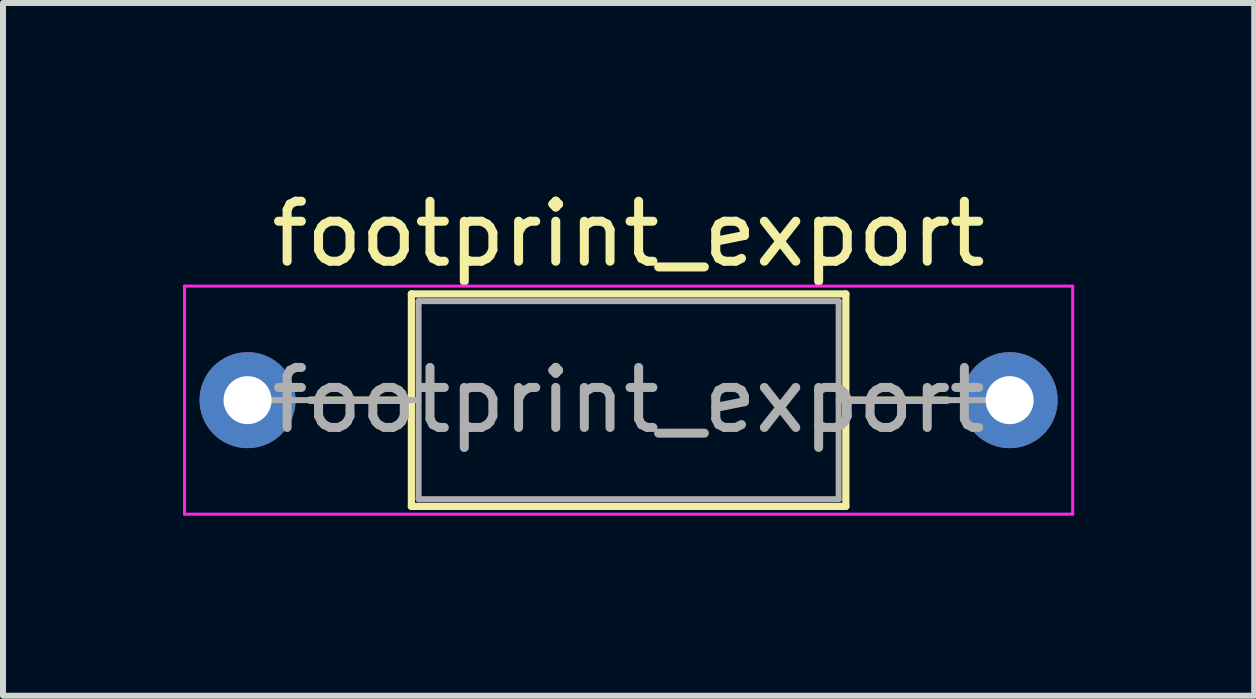
<source format=kicad_pcb>
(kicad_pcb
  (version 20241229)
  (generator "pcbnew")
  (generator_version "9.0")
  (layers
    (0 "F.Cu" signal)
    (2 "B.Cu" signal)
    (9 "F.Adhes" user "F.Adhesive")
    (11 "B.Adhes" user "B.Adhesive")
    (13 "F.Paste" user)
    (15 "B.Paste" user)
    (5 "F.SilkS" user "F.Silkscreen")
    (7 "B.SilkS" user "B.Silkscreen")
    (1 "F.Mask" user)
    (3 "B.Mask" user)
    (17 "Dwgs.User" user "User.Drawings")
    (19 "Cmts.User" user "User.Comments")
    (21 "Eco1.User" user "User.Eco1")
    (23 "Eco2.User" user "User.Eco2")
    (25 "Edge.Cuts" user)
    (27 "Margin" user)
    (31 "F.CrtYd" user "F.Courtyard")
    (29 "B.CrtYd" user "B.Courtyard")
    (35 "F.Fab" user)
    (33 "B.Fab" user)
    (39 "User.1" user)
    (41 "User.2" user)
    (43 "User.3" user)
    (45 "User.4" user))
  (footprint "footprint_export"
    (layer "F.Cu")
    (at 1.075 3.618)
    (property "Reference" "footprint_export" (at 6.35 -2.77 0) (layer "F.SilkS") (effects (font (size 1 1) (thickness 0.15))))
    (attr through_hole)
    (fp_line (start 1.04 0) (end 2.73 0) (stroke (width 0.12) (type solid)) (layer "F.SilkS"))
    (fp_line (start 2.73 -1.77) (end 2.73 1.77) (stroke (width 0.12) (type solid)) (layer "F.SilkS"))
    (fp_line (start 2.73 1.77) (end 9.97 1.77) (stroke (width 0.12) (type solid)) (layer "F.SilkS"))
    (fp_line (start 9.97 -1.77) (end 2.73 -1.77) (stroke (width 0.12) (type solid)) (layer "F.SilkS"))
    (fp_line (start 9.97 1.77) (end 9.97 -1.77) (stroke (width 0.12) (type solid)) (layer "F.SilkS"))
    (fp_line (start 11.66 0) (end 9.97 0) (stroke (width 0.12) (type solid)) (layer "F.SilkS"))
    (fp_line (start -1.05 -1.9) (end -1.05 1.9) (stroke (width 0.05) (type solid)) (layer "F.CrtYd"))
    (fp_line (start -1.05 1.9) (end 13.75 1.9) (stroke (width 0.05) (type solid)) (layer "F.CrtYd"))
    (fp_line (start 13.75 -1.9) (end -1.05 -1.9) (stroke (width 0.05) (type solid)) (layer "F.CrtYd"))
    (fp_line (start 13.75 1.9) (end 13.75 -1.9) (stroke (width 0.05) (type solid)) (layer "F.CrtYd"))
    (fp_line (start 0 0) (end 2.85 0) (stroke (width 0.1) (type solid)) (layer "F.Fab"))
    (fp_line (start 2.85 -1.65) (end 2.85 1.65) (stroke (width 0.1) (type solid)) (layer "F.Fab"))
    (fp_line (start 2.85 1.65) (end 9.85 1.65) (stroke (width 0.1) (type solid)) (layer "F.Fab"))
    (fp_line (start 9.85 -1.65) (end 2.85 -1.65) (stroke (width 0.1) (type solid)) (layer "F.Fab"))
    (fp_line (start 9.85 1.65) (end 9.85 -1.65) (stroke (width 0.1) (type solid)) (layer "F.Fab"))
    (fp_line (start 12.7 0) (end 9.85 0) (stroke (width 0.1) (type solid)) (layer "F.Fab"))
    (fp_text user "${REFERENCE}" (at 6.35 0 0) (layer "F.Fab") (effects (font (size 1 1) (thickness 0.15))))
    (pad "1" thru_hole circle (at 0 0) (size 1.6 1.6) (drill 0.8) (layers "*.Cu" "*.Mask"))
    (pad "2" thru_hole oval (at 12.7 0) (size 1.6 1.6) (drill 0.8) (layers "*.Cu" "*.Mask")))
  (gr_rect
    (start -3 -3)
    (end 17.85 8.543)
    (stroke (width 0.1) (type default))
    (fill no)
    (layer "Edge.Cuts")))
</source>
